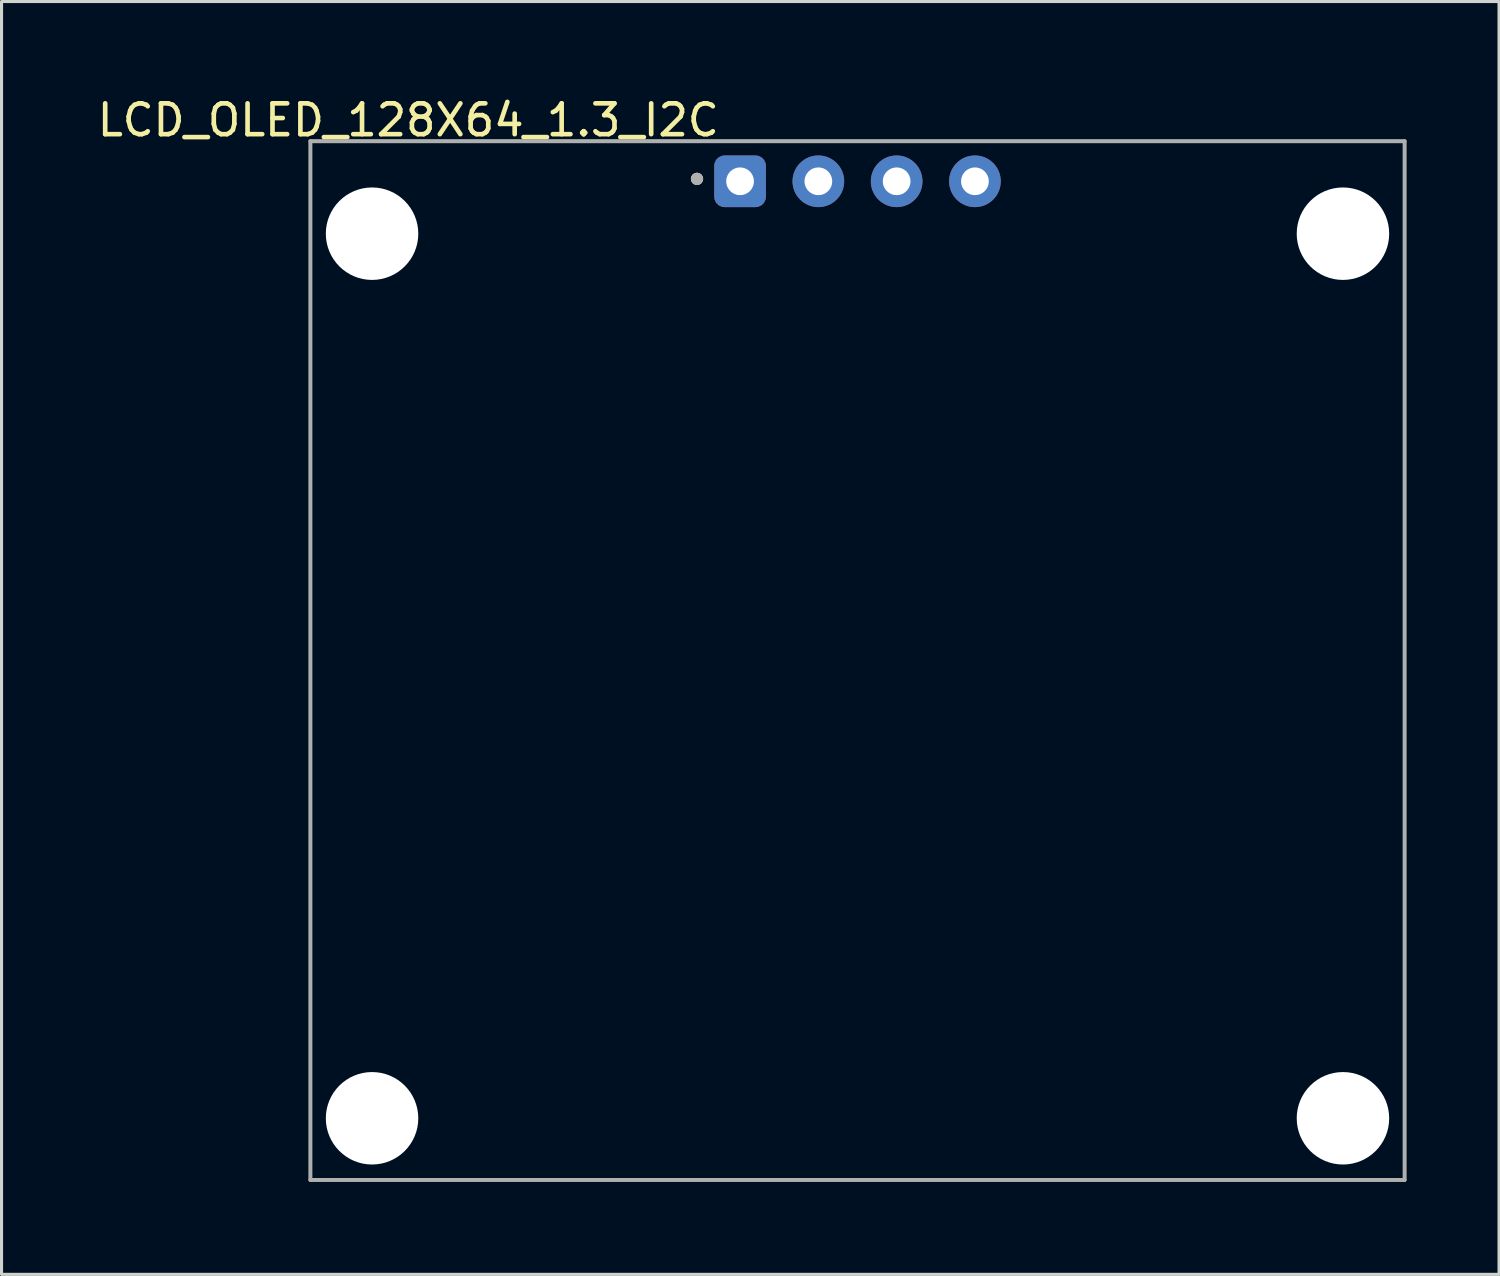
<source format=kicad_pcb>
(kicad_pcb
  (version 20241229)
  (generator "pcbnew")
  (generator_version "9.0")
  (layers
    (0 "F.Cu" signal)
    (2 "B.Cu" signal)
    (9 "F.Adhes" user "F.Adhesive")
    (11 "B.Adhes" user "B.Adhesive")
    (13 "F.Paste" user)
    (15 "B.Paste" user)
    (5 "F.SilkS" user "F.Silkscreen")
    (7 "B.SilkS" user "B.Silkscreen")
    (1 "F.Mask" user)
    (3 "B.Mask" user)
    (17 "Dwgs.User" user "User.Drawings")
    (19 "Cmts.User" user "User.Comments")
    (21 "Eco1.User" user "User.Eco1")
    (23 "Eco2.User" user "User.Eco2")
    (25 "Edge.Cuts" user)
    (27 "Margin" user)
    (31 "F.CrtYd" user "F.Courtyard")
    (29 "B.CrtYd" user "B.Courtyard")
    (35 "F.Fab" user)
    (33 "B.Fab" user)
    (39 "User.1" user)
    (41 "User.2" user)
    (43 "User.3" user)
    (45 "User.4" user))
  (footprint "LCD_OLED_128X64_1.3_I2C"
    (layer "F.Cu")
    (at 24.771 18.882)
    (property "Reference" "LCD_OLED_128X64_1.3_I2C" (at -14.575 -18.034 0) (layer "F.SilkS") (effects (font (size 1 1) (thickness 0.15))))
    (attr through_hole allow_missing_courtyard)
    (fp_line (start -17.75 -17.35) (end 17.75 -17.35) (stroke (width 0.1) (type solid)) (layer "F.SilkS"))
    (fp_line (start -17.75 16.35) (end -17.75 -17.35) (stroke (width 0.1) (type solid)) (layer "F.SilkS"))
    (fp_line (start 17.75 -17.35) (end 17.75 16.35) (stroke (width 0.1) (type solid)) (layer "F.SilkS"))
    (fp_line (start 17.75 16.35) (end -17.75 16.35) (stroke (width 0.1) (type solid)) (layer "F.SilkS"))
    (fp_circle (center -5.207 -16.129) (end -5.107 -16.129) (stroke (width 0.2) (type solid)) (fill no) (layer "F.SilkS"))
    (fp_line (start -17.75 -17.35) (end 17.75 -17.35) (stroke (width 0.127) (type solid)) (layer "F.Fab"))
    (fp_line (start -17.75 16.35) (end -17.75 -17.35) (stroke (width 0.127) (type solid)) (layer "F.Fab"))
    (fp_line (start 17.75 -17.35) (end 17.75 16.35) (stroke (width 0.127) (type solid)) (layer "F.Fab"))
    (fp_line (start 17.75 16.35) (end -17.75 16.35) (stroke (width 0.127) (type solid)) (layer "F.Fab"))
    (fp_circle (center -5.207 -16.129) (end -5.107 -16.129) (stroke (width 0.2) (type solid)) (fill no) (layer "F.Fab"))
    (pad "" np_thru_hole circle (at -15.75 -14.35) (size 3 3) (drill 3.2) (layers "*.Cu" "*.Mask"))
    (pad "" np_thru_hole circle (at -15.75 14.35) (size 3 3) (drill 3.2) (layers "*.Cu" "*.Mask"))
    (pad "" np_thru_hole circle (at 15.75 -14.35) (size 3 3) (drill 3.2) (layers "*.Cu" "*.Mask"))
    (pad "" np_thru_hole circle (at 15.75 14.35) (size 3 3) (drill 3.2) (layers "*.Cu" "*.Mask"))
    (pad "1" thru_hole roundrect (at -3.81 -16.05) (size 1.676 1.676) (drill 0.9) (layers "*.Cu" "*.Mask") (roundrect_rratio 0.2))
    (pad "2" thru_hole circle (at -1.27 -16.05) (size 1.676 1.676) (drill 0.9) (layers "*.Cu" "*.Mask"))
    (pad "3" thru_hole circle (at 1.27 -16.05) (size 1.676 1.676) (drill 0.9) (layers "*.Cu" "*.Mask"))
    (pad "4" thru_hole circle (at 3.81 -16.05) (size 1.676 1.676) (drill 0.9) (layers "*.Cu" "*.Mask")))
  (gr_rect
    (start -3 -3)
    (end 45.585 38.296)
    (stroke (width 0.1) (type default))
    (fill no)
    (layer "Edge.Cuts")))
</source>
